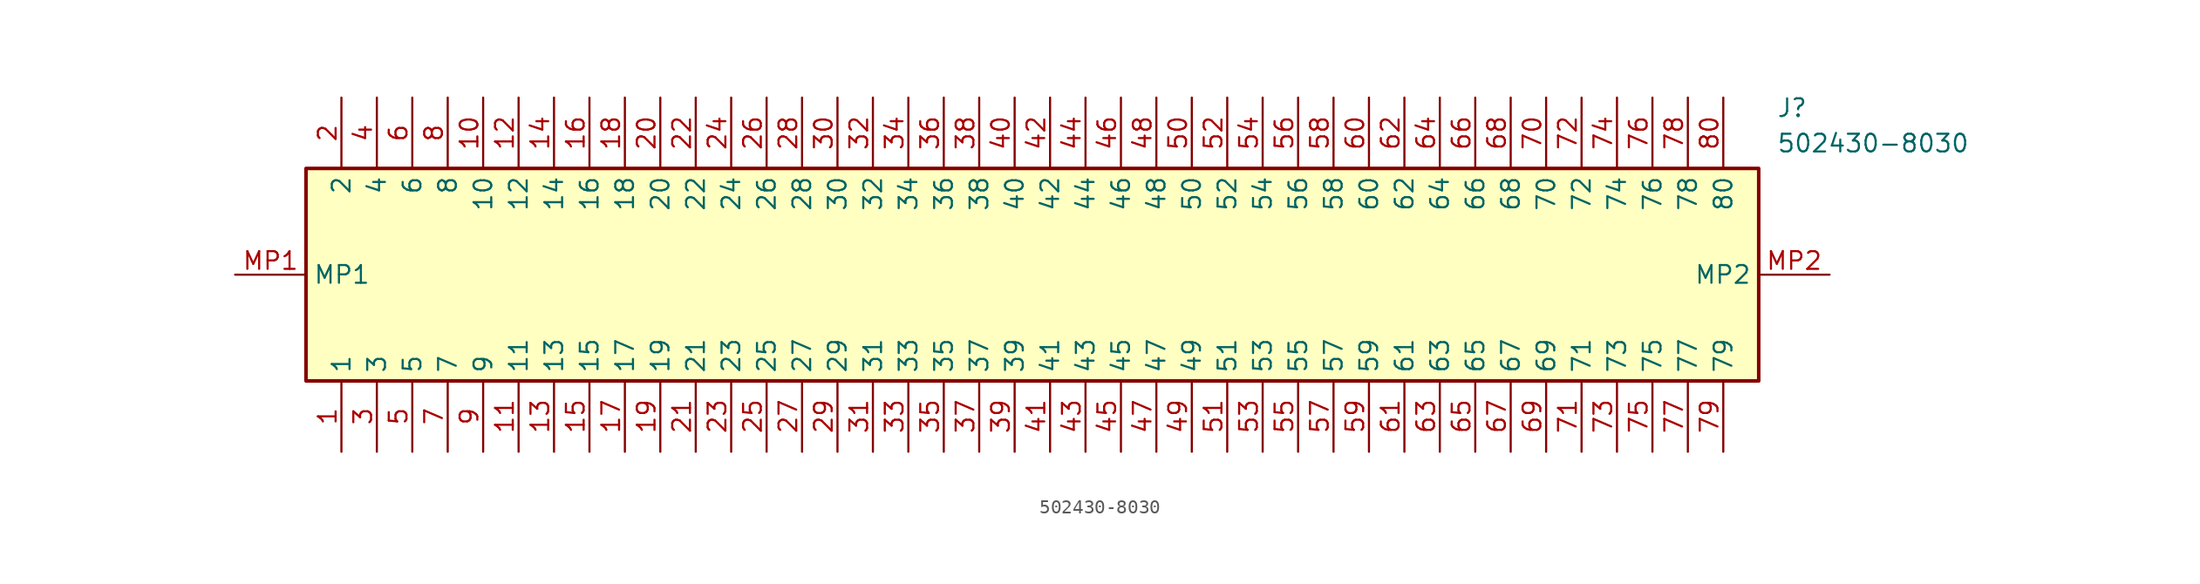
<source format=kicad_sym>
(kicad_symbol_lib
  (version 20211014)
  (generator SamacSys_ECAD_Model)
  (symbol "502430-8030"
    (property "Reference" "J"
      (at 110.49 12.7 0)
      (effects (font (size 1.27 1.27)) (justify left top)))
    (property "Value" "502430-8030"
      (at 110.49 10.16 0)
      (effects (font (size 1.27 1.27)) (justify left top)))
    (rectangle
      (start 5.08 7.62)
      (end 109.22 -7.62)
      (stroke (width 0.254) (type default))
      (fill (type background)))
    (pin passive line
      (at 7.62 -12.7 90)
      (length 5.08)
      (name "1" (effects (font (size 1.27 1.27))))
      (number "1" (effects (font (size 1.27 1.27)))))
    (pin passive line
      (at 7.62 12.7 270)
      (length 5.08)
      (name "2" (effects (font (size 1.27 1.27))))
      (number "2" (effects (font (size 1.27 1.27)))))
    (pin passive line
      (at 10.16 -12.7 90)
      (length 5.08)
      (name "3" (effects (font (size 1.27 1.27))))
      (number "3" (effects (font (size 1.27 1.27)))))
    (pin passive line
      (at 10.16 12.7 270)
      (length 5.08)
      (name "4" (effects (font (size 1.27 1.27))))
      (number "4" (effects (font (size 1.27 1.27)))))
    (pin passive line
      (at 12.7 -12.7 90)
      (length 5.08)
      (name "5" (effects (font (size 1.27 1.27))))
      (number "5" (effects (font (size 1.27 1.27)))))
    (pin passive line
      (at 12.7 12.7 270)
      (length 5.08)
      (name "6" (effects (font (size 1.27 1.27))))
      (number "6" (effects (font (size 1.27 1.27)))))
    (pin passive line
      (at 15.24 -12.7 90)
      (length 5.08)
      (name "7" (effects (font (size 1.27 1.27))))
      (number "7" (effects (font (size 1.27 1.27)))))
    (pin passive line
      (at 15.24 12.7 270)
      (length 5.08)
      (name "8" (effects (font (size 1.27 1.27))))
      (number "8" (effects (font (size 1.27 1.27)))))
    (pin passive line
      (at 17.78 -12.7 90)
      (length 5.08)
      (name "9" (effects (font (size 1.27 1.27))))
      (number "9" (effects (font (size 1.27 1.27)))))
    (pin passive line
      (at 17.78 12.7 270)
      (length 5.08)
      (name "10" (effects (font (size 1.27 1.27))))
      (number "10" (effects (font (size 1.27 1.27)))))
    (pin passive line
      (at 20.32 -12.7 90)
      (length 5.08)
      (name "11" (effects (font (size 1.27 1.27))))
      (number "11" (effects (font (size 1.27 1.27)))))
    (pin passive line
      (at 20.32 12.7 270)
      (length 5.08)
      (name "12" (effects (font (size 1.27 1.27))))
      (number "12" (effects (font (size 1.27 1.27)))))
    (pin passive line
      (at 22.86 -12.7 90)
      (length 5.08)
      (name "13" (effects (font (size 1.27 1.27))))
      (number "13" (effects (font (size 1.27 1.27)))))
    (pin passive line
      (at 22.86 12.7 270)
      (length 5.08)
      (name "14" (effects (font (size 1.27 1.27))))
      (number "14" (effects (font (size 1.27 1.27)))))
    (pin passive line
      (at 25.4 -12.7 90)
      (length 5.08)
      (name "15" (effects (font (size 1.27 1.27))))
      (number "15" (effects (font (size 1.27 1.27)))))
    (pin passive line
      (at 25.4 12.7 270)
      (length 5.08)
      (name "16" (effects (font (size 1.27 1.27))))
      (number "16" (effects (font (size 1.27 1.27)))))
    (pin passive line
      (at 27.94 -12.7 90)
      (length 5.08)
      (name "17" (effects (font (size 1.27 1.27))))
      (number "17" (effects (font (size 1.27 1.27)))))
    (pin passive line
      (at 27.94 12.7 270)
      (length 5.08)
      (name "18" (effects (font (size 1.27 1.27))))
      (number "18" (effects (font (size 1.27 1.27)))))
    (pin passive line
      (at 30.48 -12.7 90)
      (length 5.08)
      (name "19" (effects (font (size 1.27 1.27))))
      (number "19" (effects (font (size 1.27 1.27)))))
    (pin passive line
      (at 30.48 12.7 270)
      (length 5.08)
      (name "20" (effects (font (size 1.27 1.27))))
      (number "20" (effects (font (size 1.27 1.27)))))
    (pin passive line
      (at 33.02 -12.7 90)
      (length 5.08)
      (name "21" (effects (font (size 1.27 1.27))))
      (number "21" (effects (font (size 1.27 1.27)))))
    (pin passive line
      (at 33.02 12.7 270)
      (length 5.08)
      (name "22" (effects (font (size 1.27 1.27))))
      (number "22" (effects (font (size 1.27 1.27)))))
    (pin passive line
      (at 35.56 -12.7 90)
      (length 5.08)
      (name "23" (effects (font (size 1.27 1.27))))
      (number "23" (effects (font (size 1.27 1.27)))))
    (pin passive line
      (at 35.56 12.7 270)
      (length 5.08)
      (name "24" (effects (font (size 1.27 1.27))))
      (number "24" (effects (font (size 1.27 1.27)))))
    (pin passive line
      (at 38.1 -12.7 90)
      (length 5.08)
      (name "25" (effects (font (size 1.27 1.27))))
      (number "25" (effects (font (size 1.27 1.27)))))
    (pin passive line
      (at 38.1 12.7 270)
      (length 5.08)
      (name "26" (effects (font (size 1.27 1.27))))
      (number "26" (effects (font (size 1.27 1.27)))))
    (pin passive line
      (at 40.64 -12.7 90)
      (length 5.08)
      (name "27" (effects (font (size 1.27 1.27))))
      (number "27" (effects (font (size 1.27 1.27)))))
    (pin passive line
      (at 40.64 12.7 270)
      (length 5.08)
      (name "28" (effects (font (size 1.27 1.27))))
      (number "28" (effects (font (size 1.27 1.27)))))
    (pin passive line
      (at 43.18 -12.7 90)
      (length 5.08)
      (name "29" (effects (font (size 1.27 1.27))))
      (number "29" (effects (font (size 1.27 1.27)))))
    (pin passive line
      (at 43.18 12.7 270)
      (length 5.08)
      (name "30" (effects (font (size 1.27 1.27))))
      (number "30" (effects (font (size 1.27 1.27)))))
    (pin passive line
      (at 45.72 -12.7 90)
      (length 5.08)
      (name "31" (effects (font (size 1.27 1.27))))
      (number "31" (effects (font (size 1.27 1.27)))))
    (pin passive line
      (at 45.72 12.7 270)
      (length 5.08)
      (name "32" (effects (font (size 1.27 1.27))))
      (number "32" (effects (font (size 1.27 1.27)))))
    (pin passive line
      (at 48.26 -12.7 90)
      (length 5.08)
      (name "33" (effects (font (size 1.27 1.27))))
      (number "33" (effects (font (size 1.27 1.27)))))
    (pin passive line
      (at 48.26 12.7 270)
      (length 5.08)
      (name "34" (effects (font (size 1.27 1.27))))
      (number "34" (effects (font (size 1.27 1.27)))))
    (pin passive line
      (at 50.8 -12.7 90)
      (length 5.08)
      (name "35" (effects (font (size 1.27 1.27))))
      (number "35" (effects (font (size 1.27 1.27)))))
    (pin passive line
      (at 50.8 12.7 270)
      (length 5.08)
      (name "36" (effects (font (size 1.27 1.27))))
      (number "36" (effects (font (size 1.27 1.27)))))
    (pin passive line
      (at 53.34 -12.7 90)
      (length 5.08)
      (name "37" (effects (font (size 1.27 1.27))))
      (number "37" (effects (font (size 1.27 1.27)))))
    (pin passive line
      (at 53.34 12.7 270)
      (length 5.08)
      (name "38" (effects (font (size 1.27 1.27))))
      (number "38" (effects (font (size 1.27 1.27)))))
    (pin passive line
      (at 55.88 -12.7 90)
      (length 5.08)
      (name "39" (effects (font (size 1.27 1.27))))
      (number "39" (effects (font (size 1.27 1.27)))))
    (pin passive line
      (at 55.88 12.7 270)
      (length 5.08)
      (name "40" (effects (font (size 1.27 1.27))))
      (number "40" (effects (font (size 1.27 1.27)))))
    (pin passive line
      (at 58.42 -12.7 90)
      (length 5.08)
      (name "41" (effects (font (size 1.27 1.27))))
      (number "41" (effects (font (size 1.27 1.27)))))
    (pin passive line
      (at 58.42 12.7 270)
      (length 5.08)
      (name "42" (effects (font (size 1.27 1.27))))
      (number "42" (effects (font (size 1.27 1.27)))))
    (pin passive line
      (at 60.96 -12.7 90)
      (length 5.08)
      (name "43" (effects (font (size 1.27 1.27))))
      (number "43" (effects (font (size 1.27 1.27)))))
    (pin passive line
      (at 60.96 12.7 270)
      (length 5.08)
      (name "44" (effects (font (size 1.27 1.27))))
      (number "44" (effects (font (size 1.27 1.27)))))
    (pin passive line
      (at 63.5 -12.7 90)
      (length 5.08)
      (name "45" (effects (font (size 1.27 1.27))))
      (number "45" (effects (font (size 1.27 1.27)))))
    (pin passive line
      (at 63.5 12.7 270)
      (length 5.08)
      (name "46" (effects (font (size 1.27 1.27))))
      (number "46" (effects (font (size 1.27 1.27)))))
    (pin passive line
      (at 66.04 -12.7 90)
      (length 5.08)
      (name "47" (effects (font (size 1.27 1.27))))
      (number "47" (effects (font (size 1.27 1.27)))))
    (pin passive line
      (at 66.04 12.7 270)
      (length 5.08)
      (name "48" (effects (font (size 1.27 1.27))))
      (number "48" (effects (font (size 1.27 1.27)))))
    (pin passive line
      (at 68.58 -12.7 90)
      (length 5.08)
      (name "49" (effects (font (size 1.27 1.27))))
      (number "49" (effects (font (size 1.27 1.27)))))
    (pin passive line
      (at 68.58 12.7 270)
      (length 5.08)
      (name "50" (effects (font (size 1.27 1.27))))
      (number "50" (effects (font (size 1.27 1.27)))))
    (pin passive line
      (at 71.12 -12.7 90)
      (length 5.08)
      (name "51" (effects (font (size 1.27 1.27))))
      (number "51" (effects (font (size 1.27 1.27)))))
    (pin passive line
      (at 71.12 12.7 270)
      (length 5.08)
      (name "52" (effects (font (size 1.27 1.27))))
      (number "52" (effects (font (size 1.27 1.27)))))
    (pin passive line
      (at 73.66 -12.7 90)
      (length 5.08)
      (name "53" (effects (font (size 1.27 1.27))))
      (number "53" (effects (font (size 1.27 1.27)))))
    (pin passive line
      (at 73.66 12.7 270)
      (length 5.08)
      (name "54" (effects (font (size 1.27 1.27))))
      (number "54" (effects (font (size 1.27 1.27)))))
    (pin passive line
      (at 76.2 -12.7 90)
      (length 5.08)
      (name "55" (effects (font (size 1.27 1.27))))
      (number "55" (effects (font (size 1.27 1.27)))))
    (pin passive line
      (at 76.2 12.7 270)
      (length 5.08)
      (name "56" (effects (font (size 1.27 1.27))))
      (number "56" (effects (font (size 1.27 1.27)))))
    (pin passive line
      (at 78.74 -12.7 90)
      (length 5.08)
      (name "57" (effects (font (size 1.27 1.27))))
      (number "57" (effects (font (size 1.27 1.27)))))
    (pin passive line
      (at 78.74 12.7 270)
      (length 5.08)
      (name "58" (effects (font (size 1.27 1.27))))
      (number "58" (effects (font (size 1.27 1.27)))))
    (pin passive line
      (at 81.28 -12.7 90)
      (length 5.08)
      (name "59" (effects (font (size 1.27 1.27))))
      (number "59" (effects (font (size 1.27 1.27)))))
    (pin passive line
      (at 81.28 12.7 270)
      (length 5.08)
      (name "60" (effects (font (size 1.27 1.27))))
      (number "60" (effects (font (size 1.27 1.27)))))
    (pin passive line
      (at 83.82 -12.7 90)
      (length 5.08)
      (name "61" (effects (font (size 1.27 1.27))))
      (number "61" (effects (font (size 1.27 1.27)))))
    (pin passive line
      (at 83.82 12.7 270)
      (length 5.08)
      (name "62" (effects (font (size 1.27 1.27))))
      (number "62" (effects (font (size 1.27 1.27)))))
    (pin passive line
      (at 86.36 -12.7 90)
      (length 5.08)
      (name "63" (effects (font (size 1.27 1.27))))
      (number "63" (effects (font (size 1.27 1.27)))))
    (pin passive line
      (at 86.36 12.7 270)
      (length 5.08)
      (name "64" (effects (font (size 1.27 1.27))))
      (number "64" (effects (font (size 1.27 1.27)))))
    (pin passive line
      (at 88.9 -12.7 90)
      (length 5.08)
      (name "65" (effects (font (size 1.27 1.27))))
      (number "65" (effects (font (size 1.27 1.27)))))
    (pin passive line
      (at 88.9 12.7 270)
      (length 5.08)
      (name "66" (effects (font (size 1.27 1.27))))
      (number "66" (effects (font (size 1.27 1.27)))))
    (pin passive line
      (at 91.44 -12.7 90)
      (length 5.08)
      (name "67" (effects (font (size 1.27 1.27))))
      (number "67" (effects (font (size 1.27 1.27)))))
    (pin passive line
      (at 91.44 12.7 270)
      (length 5.08)
      (name "68" (effects (font (size 1.27 1.27))))
      (number "68" (effects (font (size 1.27 1.27)))))
    (pin passive line
      (at 93.98 -12.7 90)
      (length 5.08)
      (name "69" (effects (font (size 1.27 1.27))))
      (number "69" (effects (font (size 1.27 1.27)))))
    (pin passive line
      (at 93.98 12.7 270)
      (length 5.08)
      (name "70" (effects (font (size 1.27 1.27))))
      (number "70" (effects (font (size 1.27 1.27)))))
    (pin passive line
      (at 96.52 -12.7 90)
      (length 5.08)
      (name "71" (effects (font (size 1.27 1.27))))
      (number "71" (effects (font (size 1.27 1.27)))))
    (pin passive line
      (at 96.52 12.7 270)
      (length 5.08)
      (name "72" (effects (font (size 1.27 1.27))))
      (number "72" (effects (font (size 1.27 1.27)))))
    (pin passive line
      (at 99.06 -12.7 90)
      (length 5.08)
      (name "73" (effects (font (size 1.27 1.27))))
      (number "73" (effects (font (size 1.27 1.27)))))
    (pin passive line
      (at 99.06 12.7 270)
      (length 5.08)
      (name "74" (effects (font (size 1.27 1.27))))
      (number "74" (effects (font (size 1.27 1.27)))))
    (pin passive line
      (at 101.6 -12.7 90)
      (length 5.08)
      (name "75" (effects (font (size 1.27 1.27))))
      (number "75" (effects (font (size 1.27 1.27)))))
    (pin passive line
      (at 101.6 12.7 270)
      (length 5.08)
      (name "76" (effects (font (size 1.27 1.27))))
      (number "76" (effects (font (size 1.27 1.27)))))
    (pin passive line
      (at 104.14 -12.7 90)
      (length 5.08)
      (name "77" (effects (font (size 1.27 1.27))))
      (number "77" (effects (font (size 1.27 1.27)))))
    (pin passive line
      (at 104.14 12.7 270)
      (length 5.08)
      (name "78" (effects (font (size 1.27 1.27))))
      (number "78" (effects (font (size 1.27 1.27)))))
    (pin passive line
      (at 106.68 -12.7 90)
      (length 5.08)
      (name "79" (effects (font (size 1.27 1.27))))
      (number "79" (effects (font (size 1.27 1.27)))))
    (pin passive line
      (at 106.68 12.7 270)
      (length 5.08)
      (name "80" (effects (font (size 1.27 1.27))))
      (number "80" (effects (font (size 1.27 1.27)))))
    (pin passive line
      (at 0 0 0)
      (length 5.08)
      (name "MP1" (effects (font (size 1.27 1.27))))
      (number "MP1" (effects (font (size 1.27 1.27)))))
    (pin passive line
      (at 114.3 0 180)
      (length 5.08)
      (name "MP2" (effects (font (size 1.27 1.27))))
      (number "MP2" (effects (font (size 1.27 1.27)))))))
</source>
